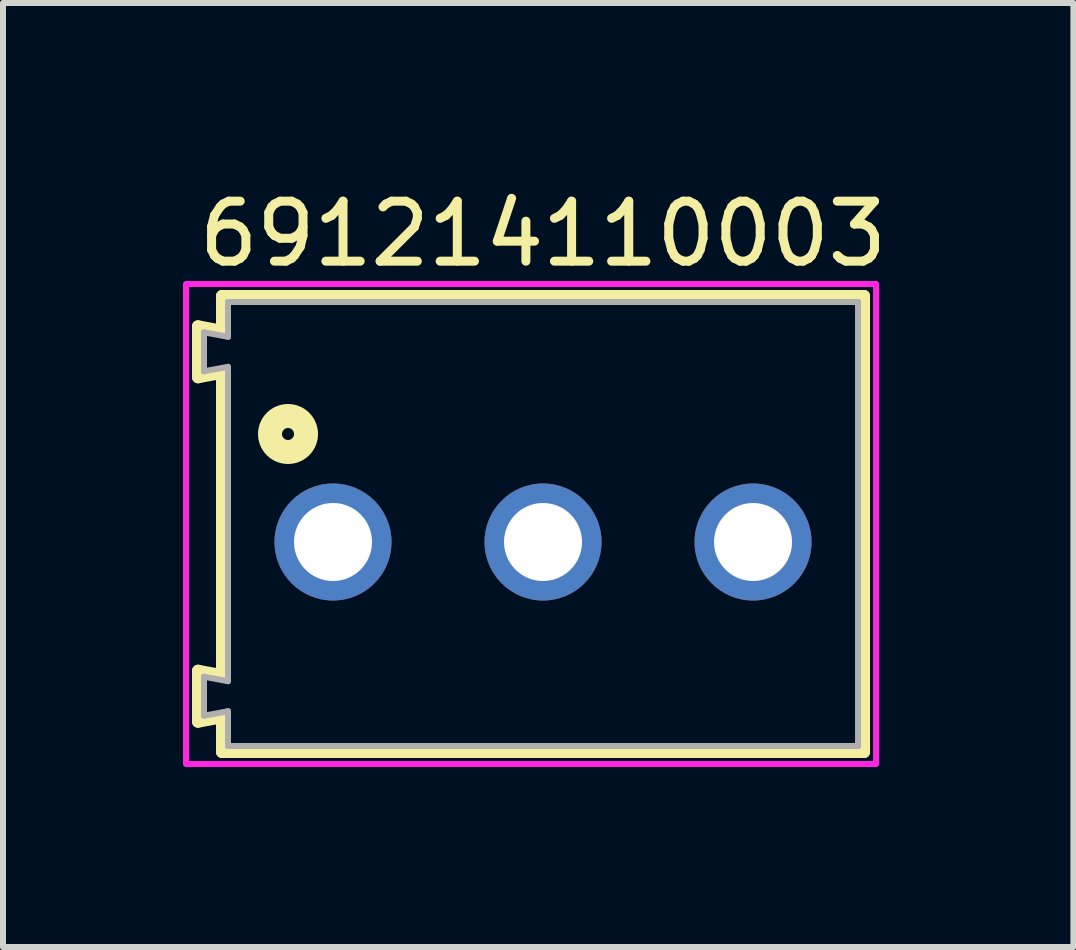
<source format=kicad_pcb>
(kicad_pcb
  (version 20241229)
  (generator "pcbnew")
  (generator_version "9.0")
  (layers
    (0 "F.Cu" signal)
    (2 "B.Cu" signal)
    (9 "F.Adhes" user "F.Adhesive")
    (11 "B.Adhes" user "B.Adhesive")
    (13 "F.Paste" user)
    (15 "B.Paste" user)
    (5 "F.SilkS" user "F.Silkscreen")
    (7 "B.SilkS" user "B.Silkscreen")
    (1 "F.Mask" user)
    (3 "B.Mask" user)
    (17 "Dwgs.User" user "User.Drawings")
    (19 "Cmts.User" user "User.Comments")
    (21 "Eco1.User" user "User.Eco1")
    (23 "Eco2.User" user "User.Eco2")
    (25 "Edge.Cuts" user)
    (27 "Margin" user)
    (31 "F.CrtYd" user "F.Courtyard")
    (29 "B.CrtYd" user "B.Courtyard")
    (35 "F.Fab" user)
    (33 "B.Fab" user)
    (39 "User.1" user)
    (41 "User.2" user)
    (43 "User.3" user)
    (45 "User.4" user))
  (footprint "691214110003"
    (layer "F.Cu")
    (at 6 5.983)
    (property "Reference" "691214110003" (at 0 -5.135 0) (layer "F.SilkS") (effects (font (size 1 1) (thickness 0.15))))
    (attr through_hole)
    (fp_line (start -5.75 -3.595) (end -5.35 -3.52) (stroke (width 0.2) (type solid)) (layer "F.SilkS"))
    (fp_line (start -5.75 -2.745) (end -5.75 -3.595) (stroke (width 0.2) (type solid)) (layer "F.SilkS"))
    (fp_line (start -5.75 2.145) (end -5.35 2.22) (stroke (width 0.2) (type solid)) (layer "F.SilkS"))
    (fp_line (start -5.75 2.995) (end -5.75 2.145) (stroke (width 0.2) (type solid)) (layer "F.SilkS"))
    (fp_line (start -5.35 -4.1) (end 5.35 -4.1) (stroke (width 0.2) (type solid)) (layer "F.SilkS"))
    (fp_line (start -5.35 -3.52) (end -5.35 -4.1) (stroke (width 0.2) (type solid)) (layer "F.SilkS"))
    (fp_line (start -5.35 -2.82) (end -5.75 -2.745) (stroke (width 0.2) (type solid)) (layer "F.SilkS"))
    (fp_line (start -5.35 2.22) (end -5.35 -2.82) (stroke (width 0.2) (type solid)) (layer "F.SilkS"))
    (fp_line (start -5.35 2.92) (end -5.75 2.995) (stroke (width 0.2) (type solid)) (layer "F.SilkS"))
    (fp_line (start -5.35 3.5) (end -5.35 2.92) (stroke (width 0.2) (type solid)) (layer "F.SilkS"))
    (fp_line (start 5.35 -4.1) (end 5.35 3.5) (stroke (width 0.2) (type solid)) (layer "F.SilkS"))
    (fp_line (start 5.35 3.5) (end -5.35 3.5) (stroke (width 0.2) (type solid)) (layer "F.SilkS"))
    (fp_circle (center -4.25 -1.8) (end -4.15 -1.8) (stroke (width 0.4) (type solid)) (fill no) (layer "F.SilkS"))
    (fp_poly (pts (xy -5.95 -4.3) (xy 5.55 -4.3) (xy 5.55 3.7) (xy -5.95 3.7)) (stroke (width 0.1) (type solid)) (fill no) (layer "F.CrtYd"))
    (fp_line (start -5.65 -3.495) (end -5.65 -2.845) (stroke (width 0.1) (type solid)) (layer "F.Fab"))
    (fp_line (start -5.65 -2.845) (end -5.25 -2.92) (stroke (width 0.1) (type solid)) (layer "F.Fab"))
    (fp_line (start -5.65 2.245) (end -5.65 2.895) (stroke (width 0.1) (type solid)) (layer "F.Fab"))
    (fp_line (start -5.65 2.245) (end -5.25 2.32) (stroke (width 0.1) (type solid)) (layer "F.Fab"))
    (fp_line (start -5.65 2.895) (end -5.25 2.82) (stroke (width 0.1) (type solid)) (layer "F.Fab"))
    (fp_line (start -5.25 -4) (end -5.25 -3.42) (stroke (width 0.1) (type solid)) (layer "F.Fab"))
    (fp_line (start -5.25 -3.42) (end -5.65 -3.495) (stroke (width 0.1) (type solid)) (layer "F.Fab"))
    (fp_line (start -5.25 -2.92) (end -5.25 2.32) (stroke (width 0.1) (type solid)) (layer "F.Fab"))
    (fp_line (start -5.25 2.82) (end -5.25 3.4) (stroke (width 0.1) (type solid)) (layer "F.Fab"))
    (fp_line (start -5.25 3.4) (end 5.25 3.4) (stroke (width 0.1) (type solid)) (layer "F.Fab"))
    (fp_line (start 5.25 -4) (end -5.25 -4) (stroke (width 0.1) (type solid)) (layer "F.Fab"))
    (fp_line (start 5.25 3.4) (end 5.25 -4) (stroke (width 0.1) (type solid)) (layer "F.Fab"))
    (pad "1" thru_hole circle (at -3.5 0) (size 1.95 1.95) (drill 1.3) (layers "*.Cu" "*.Mask"))
    (pad "2" thru_hole circle (at 0 0) (size 1.95 1.95) (drill 1.3) (layers "*.Cu" "*.Mask"))
    (pad "3" thru_hole circle (at 3.5 0) (size 1.95 1.95) (drill 1.3) (layers "*.Cu" "*.Mask")))
  (gr_rect
    (start -3 -3)
    (end 14.839 12.733)
    (stroke (width 0.1) (type default))
    (fill no)
    (layer "Edge.Cuts")))
</source>
